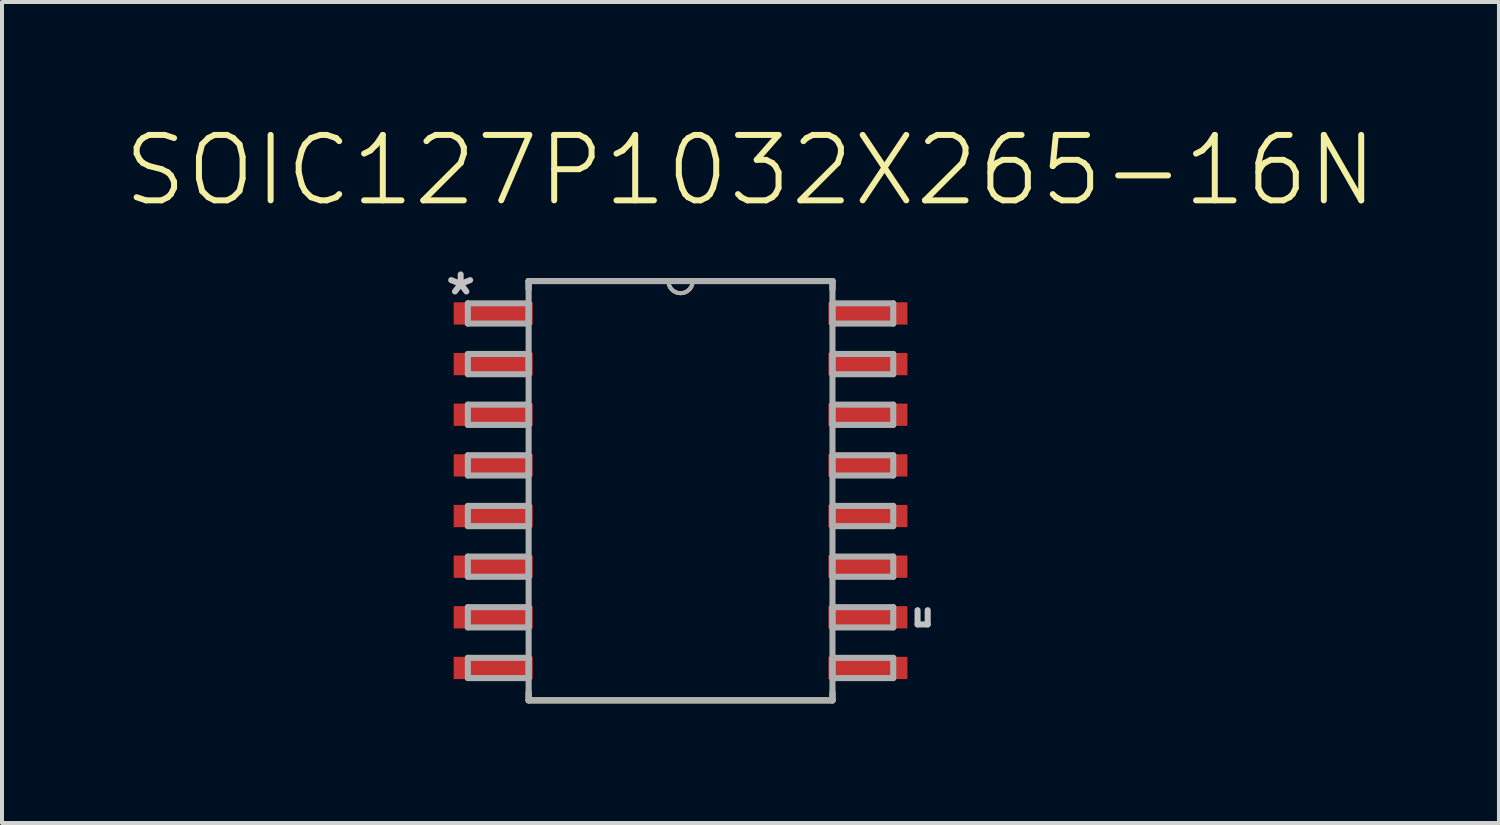
<source format=kicad_pcb>
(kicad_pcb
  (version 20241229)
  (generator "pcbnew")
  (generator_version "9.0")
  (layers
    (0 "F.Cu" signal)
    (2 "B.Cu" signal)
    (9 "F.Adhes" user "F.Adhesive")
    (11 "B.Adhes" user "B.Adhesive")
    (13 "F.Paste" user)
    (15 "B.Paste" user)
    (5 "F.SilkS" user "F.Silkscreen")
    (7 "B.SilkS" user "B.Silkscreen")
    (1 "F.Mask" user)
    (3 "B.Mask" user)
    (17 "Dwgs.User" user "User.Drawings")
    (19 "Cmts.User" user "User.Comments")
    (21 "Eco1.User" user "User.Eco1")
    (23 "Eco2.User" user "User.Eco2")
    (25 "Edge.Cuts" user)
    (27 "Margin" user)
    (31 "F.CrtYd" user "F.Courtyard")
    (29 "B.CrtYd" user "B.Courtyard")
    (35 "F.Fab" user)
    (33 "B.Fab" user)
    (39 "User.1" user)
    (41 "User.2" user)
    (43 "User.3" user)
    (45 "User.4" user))
  (footprint "SOIC127P1032X265-16N"
    (layer "F.Cu")
    (at 14.017 9.256)
    (property "Reference" "SOIC127P1032X265-16N" (at 1.754 -8.033 0) (layer "F.SilkS") (effects (font (size 1.641 1.641) (thickness 0.15))))
    (attr smd)
    (fp_line (start -3.81 -5.258) (end -3.81 -5.055) (stroke (width 0.152) (type solid)) (layer "F.SilkS"))
    (fp_line (start -3.81 5.055) (end -3.81 5.258) (stroke (width 0.152) (type solid)) (layer "F.SilkS"))
    (fp_line (start -3.81 5.258) (end 3.81 5.258) (stroke (width 0.152) (type solid)) (layer "F.SilkS"))
    (fp_line (start -0.305 -5.258) (end -3.81 -5.258) (stroke (width 0.152) (type solid)) (layer "F.SilkS"))
    (fp_line (start 0.305 -5.258) (end -0.305 -5.258) (stroke (width 0.152) (type solid)) (layer "F.SilkS"))
    (fp_line (start 3.81 -5.258) (end 0.305 -5.258) (stroke (width 0.152) (type solid)) (layer "F.SilkS"))
    (fp_line (start 3.81 -5.055) (end 3.81 -5.258) (stroke (width 0.152) (type solid)) (layer "F.SilkS"))
    (fp_line (start 3.81 5.258) (end 3.81 5.055) (stroke (width 0.152) (type solid)) (layer "F.SilkS"))
    (fp_arc (start 0.3048 -5.2578) (mid 0 -4.953) (end -0.3048 -5.2578) (stroke (width 0.1) (type solid)) (layer "F.SilkS"))
    (fp_line (start 5.944 3.353) (end 5.944 2.997) (stroke (width 0.152) (type solid)) (layer "Dwgs.User"))
    (fp_line (start 6.198 2.997) (end 6.198 3.353) (stroke (width 0.152) (type solid)) (layer "Dwgs.User"))
    (fp_line (start 6.198 3.353) (end 5.944 3.353) (stroke (width 0.152) (type solid)) (layer "Dwgs.User"))
    (fp_line (start -5.334 -4.699) (end -5.334 -4.191) (stroke (width 0.152) (type solid)) (layer "F.Fab"))
    (fp_line (start -5.334 -4.191) (end -3.81 -4.191) (stroke (width 0.152) (type solid)) (layer "F.Fab"))
    (fp_line (start -5.334 -3.429) (end -5.334 -2.921) (stroke (width 0.152) (type solid)) (layer "F.Fab"))
    (fp_line (start -5.334 -2.921) (end -3.81 -2.921) (stroke (width 0.152) (type solid)) (layer "F.Fab"))
    (fp_line (start -5.334 -2.159) (end -5.334 -1.651) (stroke (width 0.152) (type solid)) (layer "F.Fab"))
    (fp_line (start -5.334 -1.651) (end -3.81 -1.651) (stroke (width 0.152) (type solid)) (layer "F.Fab"))
    (fp_line (start -5.334 -0.889) (end -5.334 -0.381) (stroke (width 0.152) (type solid)) (layer "F.Fab"))
    (fp_line (start -5.334 -0.381) (end -3.81 -0.381) (stroke (width 0.152) (type solid)) (layer "F.Fab"))
    (fp_line (start -5.334 0.381) (end -5.334 0.889) (stroke (width 0.152) (type solid)) (layer "F.Fab"))
    (fp_line (start -5.334 0.889) (end -3.81 0.889) (stroke (width 0.152) (type solid)) (layer "F.Fab"))
    (fp_line (start -5.334 1.651) (end -5.334 2.159) (stroke (width 0.152) (type solid)) (layer "F.Fab"))
    (fp_line (start -5.334 2.159) (end -3.81 2.159) (stroke (width 0.152) (type solid)) (layer "F.Fab"))
    (fp_line (start -5.334 2.921) (end -5.334 3.429) (stroke (width 0.152) (type solid)) (layer "F.Fab"))
    (fp_line (start -5.334 3.429) (end -3.81 3.429) (stroke (width 0.152) (type solid)) (layer "F.Fab"))
    (fp_line (start -5.334 4.191) (end -5.334 4.699) (stroke (width 0.152) (type solid)) (layer "F.Fab"))
    (fp_line (start -5.334 4.699) (end -3.81 4.699) (stroke (width 0.152) (type solid)) (layer "F.Fab"))
    (fp_line (start -3.81 -5.258) (end -3.81 5.258) (stroke (width 0.152) (type solid)) (layer "F.Fab"))
    (fp_line (start -3.81 -4.699) (end -5.334 -4.699) (stroke (width 0.152) (type solid)) (layer "F.Fab"))
    (fp_line (start -3.81 -4.191) (end -3.81 -4.699) (stroke (width 0.152) (type solid)) (layer "F.Fab"))
    (fp_line (start -3.81 -3.429) (end -5.334 -3.429) (stroke (width 0.152) (type solid)) (layer "F.Fab"))
    (fp_line (start -3.81 -2.921) (end -3.81 -3.429) (stroke (width 0.152) (type solid)) (layer "F.Fab"))
    (fp_line (start -3.81 -2.159) (end -5.334 -2.159) (stroke (width 0.152) (type solid)) (layer "F.Fab"))
    (fp_line (start -3.81 -1.651) (end -3.81 -2.159) (stroke (width 0.152) (type solid)) (layer "F.Fab"))
    (fp_line (start -3.81 -0.889) (end -5.334 -0.889) (stroke (width 0.152) (type solid)) (layer "F.Fab"))
    (fp_line (start -3.81 -0.381) (end -3.81 -0.889) (stroke (width 0.152) (type solid)) (layer "F.Fab"))
    (fp_line (start -3.81 0.381) (end -5.334 0.381) (stroke (width 0.152) (type solid)) (layer "F.Fab"))
    (fp_line (start -3.81 0.889) (end -3.81 0.381) (stroke (width 0.152) (type solid)) (layer "F.Fab"))
    (fp_line (start -3.81 1.651) (end -5.334 1.651) (stroke (width 0.152) (type solid)) (layer "F.Fab"))
    (fp_line (start -3.81 2.159) (end -3.81 1.651) (stroke (width 0.152) (type solid)) (layer "F.Fab"))
    (fp_line (start -3.81 2.921) (end -5.334 2.921) (stroke (width 0.152) (type solid)) (layer "F.Fab"))
    (fp_line (start -3.81 3.429) (end -3.81 2.921) (stroke (width 0.152) (type solid)) (layer "F.Fab"))
    (fp_line (start -3.81 4.191) (end -5.334 4.191) (stroke (width 0.152) (type solid)) (layer "F.Fab"))
    (fp_line (start -3.81 4.699) (end -3.81 4.191) (stroke (width 0.152) (type solid)) (layer "F.Fab"))
    (fp_line (start -3.81 5.258) (end 3.81 5.258) (stroke (width 0.152) (type solid)) (layer "F.Fab"))
    (fp_line (start -0.305 -5.258) (end -3.81 -5.258) (stroke (width 0.152) (type solid)) (layer "F.Fab"))
    (fp_line (start 0.305 -5.258) (end -0.305 -5.258) (stroke (width 0.152) (type solid)) (layer "F.Fab"))
    (fp_line (start 3.81 -5.258) (end 0.305 -5.258) (stroke (width 0.152) (type solid)) (layer "F.Fab"))
    (fp_line (start 3.81 -4.699) (end 3.81 -4.191) (stroke (width 0.152) (type solid)) (layer "F.Fab"))
    (fp_line (start 3.81 -4.191) (end 5.334 -4.191) (stroke (width 0.152) (type solid)) (layer "F.Fab"))
    (fp_line (start 3.81 -3.429) (end 3.81 -2.921) (stroke (width 0.152) (type solid)) (layer "F.Fab"))
    (fp_line (start 3.81 -2.921) (end 5.334 -2.921) (stroke (width 0.152) (type solid)) (layer "F.Fab"))
    (fp_line (start 3.81 -2.159) (end 3.81 -1.651) (stroke (width 0.152) (type solid)) (layer "F.Fab"))
    (fp_line (start 3.81 -1.651) (end 5.334 -1.651) (stroke (width 0.152) (type solid)) (layer "F.Fab"))
    (fp_line (start 3.81 -0.889) (end 3.81 -0.381) (stroke (width 0.152) (type solid)) (layer "F.Fab"))
    (fp_line (start 3.81 -0.381) (end 5.334 -0.381) (stroke (width 0.152) (type solid)) (layer "F.Fab"))
    (fp_line (start 3.81 0.381) (end 3.81 0.889) (stroke (width 0.152) (type solid)) (layer "F.Fab"))
    (fp_line (start 3.81 0.889) (end 5.334 0.889) (stroke (width 0.152) (type solid)) (layer "F.Fab"))
    (fp_line (start 3.81 1.651) (end 3.81 2.159) (stroke (width 0.152) (type solid)) (layer "F.Fab"))
    (fp_line (start 3.81 2.159) (end 5.334 2.159) (stroke (width 0.152) (type solid)) (layer "F.Fab"))
    (fp_line (start 3.81 2.921) (end 3.81 3.429) (stroke (width 0.152) (type solid)) (layer "F.Fab"))
    (fp_line (start 3.81 3.429) (end 5.334 3.429) (stroke (width 0.152) (type solid)) (layer "F.Fab"))
    (fp_line (start 3.81 4.191) (end 3.81 4.699) (stroke (width 0.152) (type solid)) (layer "F.Fab"))
    (fp_line (start 3.81 4.699) (end 5.334 4.699) (stroke (width 0.152) (type solid)) (layer "F.Fab"))
    (fp_line (start 3.81 5.258) (end 3.81 -5.258) (stroke (width 0.152) (type solid)) (layer "F.Fab"))
    (fp_line (start 5.334 -4.699) (end 3.81 -4.699) (stroke (width 0.152) (type solid)) (layer "F.Fab"))
    (fp_line (start 5.334 -4.191) (end 5.334 -4.699) (stroke (width 0.152) (type solid)) (layer "F.Fab"))
    (fp_line (start 5.334 -3.429) (end 3.81 -3.429) (stroke (width 0.152) (type solid)) (layer "F.Fab"))
    (fp_line (start 5.334 -2.921) (end 5.334 -3.429) (stroke (width 0.152) (type solid)) (layer "F.Fab"))
    (fp_line (start 5.334 -2.159) (end 3.81 -2.159) (stroke (width 0.152) (type solid)) (layer "F.Fab"))
    (fp_line (start 5.334 -1.651) (end 5.334 -2.159) (stroke (width 0.152) (type solid)) (layer "F.Fab"))
    (fp_line (start 5.334 -0.889) (end 3.81 -0.889) (stroke (width 0.152) (type solid)) (layer "F.Fab"))
    (fp_line (start 5.334 -0.381) (end 5.334 -0.889) (stroke (width 0.152) (type solid)) (layer "F.Fab"))
    (fp_line (start 5.334 0.381) (end 3.81 0.381) (stroke (width 0.152) (type solid)) (layer "F.Fab"))
    (fp_line (start 5.334 0.889) (end 5.334 0.381) (stroke (width 0.152) (type solid)) (layer "F.Fab"))
    (fp_line (start 5.334 1.651) (end 3.81 1.651) (stroke (width 0.152) (type solid)) (layer "F.Fab"))
    (fp_line (start 5.334 2.159) (end 5.334 1.651) (stroke (width 0.152) (type solid)) (layer "F.Fab"))
    (fp_line (start 5.334 2.921) (end 3.81 2.921) (stroke (width 0.152) (type solid)) (layer "F.Fab"))
    (fp_line (start 5.334 3.429) (end 5.334 2.921) (stroke (width 0.152) (type solid)) (layer "F.Fab"))
    (fp_line (start 5.334 4.191) (end 3.81 4.191) (stroke (width 0.152) (type solid)) (layer "F.Fab"))
    (fp_line (start 5.334 4.699) (end 5.334 4.191) (stroke (width 0.152) (type solid)) (layer "F.Fab"))
    (fp_arc (start 0.3048 -5.2578) (mid 0 -4.953) (end -0.3048 -5.2578) (stroke (width 0.1) (type solid)) (layer "F.Fab"))
    (fp_text user "*" (at -5.514 -4.879 0) (layer "Dwgs.User") (effects (font (size 1 1) (thickness 0.15))))
    (pad "1" smd rect (at -4.699 -4.445) (size 1.981 0.559) (layers "F.Cu" "F.Mask" "F.Paste"))
    (pad "2" smd rect (at -4.699 -3.175) (size 1.981 0.559) (layers "F.Cu" "F.Mask" "F.Paste"))
    (pad "3" smd rect (at -4.699 -1.905) (size 1.981 0.559) (layers "F.Cu" "F.Mask" "F.Paste"))
    (pad "4" smd rect (at -4.699 -0.635) (size 1.981 0.559) (layers "F.Cu" "F.Mask" "F.Paste"))
    (pad "5" smd rect (at -4.699 0.635) (size 1.981 0.559) (layers "F.Cu" "F.Mask" "F.Paste"))
    (pad "6" smd rect (at -4.699 1.905) (size 1.981 0.559) (layers "F.Cu" "F.Mask" "F.Paste"))
    (pad "7" smd rect (at -4.699 3.175) (size 1.981 0.559) (layers "F.Cu" "F.Mask" "F.Paste"))
    (pad "8" smd rect (at -4.699 4.445) (size 1.981 0.559) (layers "F.Cu" "F.Mask" "F.Paste"))
    (pad "9" smd rect (at 4.699 4.445) (size 1.981 0.559) (layers "F.Cu" "F.Mask" "F.Paste"))
    (pad "10" smd rect (at 4.699 3.175) (size 1.981 0.559) (layers "F.Cu" "F.Mask" "F.Paste"))
    (pad "11" smd rect (at 4.699 1.905) (size 1.981 0.559) (layers "F.Cu" "F.Mask" "F.Paste"))
    (pad "12" smd rect (at 4.699 0.635) (size 1.981 0.559) (layers "F.Cu" "F.Mask" "F.Paste"))
    (pad "13" smd rect (at 4.699 -0.635) (size 1.981 0.559) (layers "F.Cu" "F.Mask" "F.Paste"))
    (pad "14" smd rect (at 4.699 -1.905) (size 1.981 0.559) (layers "F.Cu" "F.Mask" "F.Paste"))
    (pad "15" smd rect (at 4.699 -3.175) (size 1.981 0.559) (layers "F.Cu" "F.Mask" "F.Paste"))
    (pad "16" smd rect (at 4.699 -4.445) (size 1.981 0.559) (layers "F.Cu" "F.Mask" "F.Paste")))
  (gr_rect
    (start -3 -3)
    (end 34.541 17.59)
    (stroke (width 0.1) (type default))
    (fill no)
    (layer "Edge.Cuts")))
</source>
